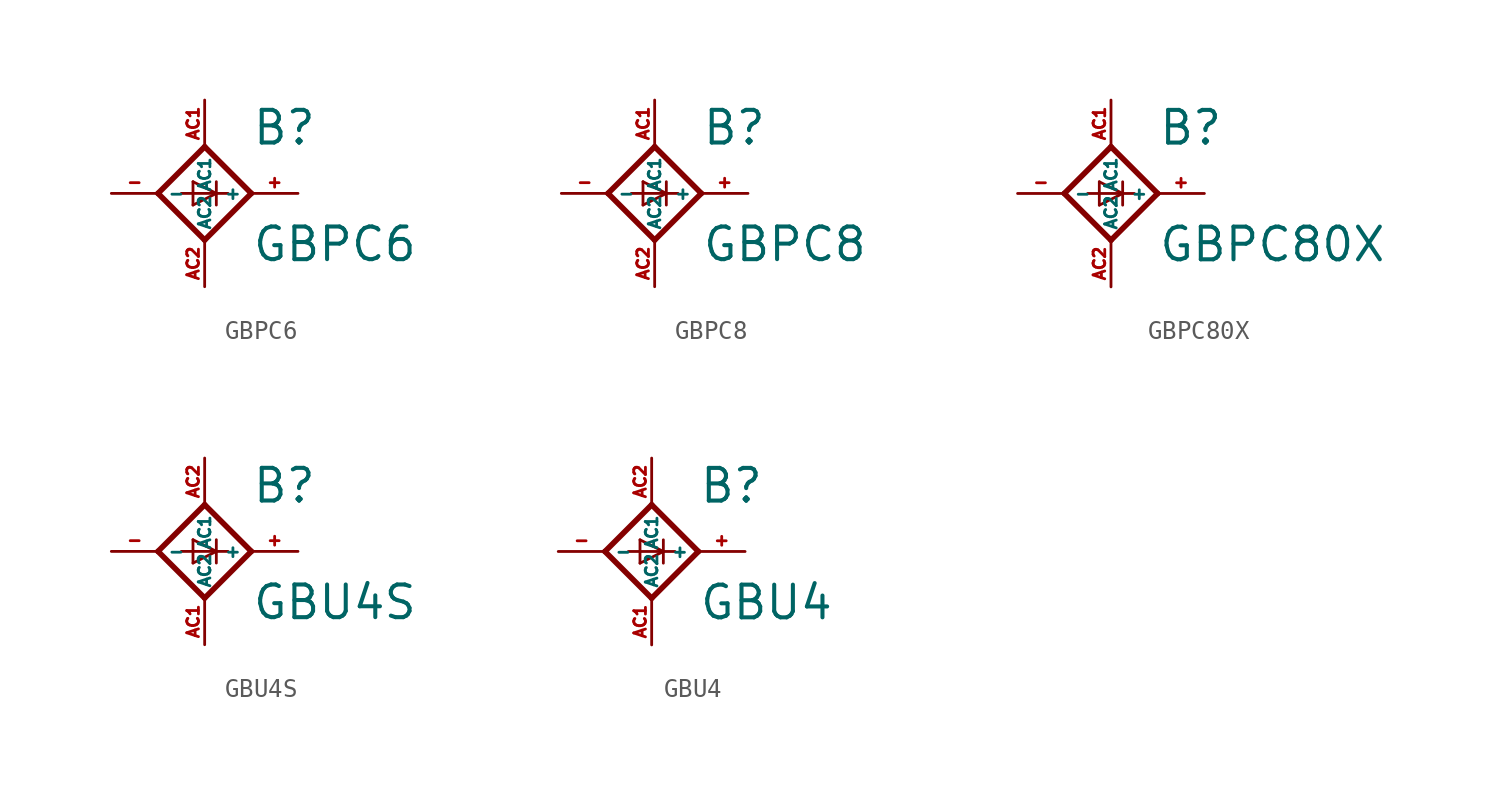
<source format=kicad_sym>
(kicad_symbol_lib
  (version 20220914)
  (generator Eagle2Kicad)
  (symbol "GBPC6"
    (property "Reference" "B"
      (at 2.54 2.54 0)
      (effects (font (size 1.778 1.778) (thickness 0.22)) (justify left bottom)))
    (property "Value" "GBPC6"
      (at 2.54 -3.81 0)
      (effects (font (size 1.778 1.778) (thickness 0.22)) (justify left bottom)))
    (polyline
      (pts (xy 0 -2.54) (xy 2.54 0))
      (stroke (width 0.305) (type default))
      (fill (type none)))
    (polyline
      (pts (xy 0 2.54) (xy -2.54 0))
      (stroke (width 0.305) (type default))
      (fill (type none)))
    (polyline
      (pts (xy -2.54 0) (xy 0 -2.54))
      (stroke (width 0.305) (type default))
      (fill (type none)))
    (polyline
      (pts (xy 2.54 0) (xy 0 2.54))
      (stroke (width 0.305) (type default))
      (fill (type none)))
    (polyline
      (pts (xy -1.27 0) (xy 0.635 0))
      (stroke (width 0.152) (type default))
      (fill (type none)))
    (polyline
      (pts (xy -0.635 0.635) (xy -0.635 -0.635))
      (stroke (width 0.152) (type default))
      (fill (type none)))
    (polyline
      (pts (xy -0.635 0.635) (xy 0.635 0))
      (stroke (width 0.152) (type default))
      (fill (type none)))
    (polyline
      (pts (xy 0.635 0) (xy 1.27 0))
      (stroke (width 0.152) (type default))
      (fill (type none)))
    (polyline
      (pts (xy 0.635 0) (xy -0.635 -0.635))
      (stroke (width 0.152) (type default))
      (fill (type none)))
    (polyline
      (pts (xy 0.635 0.635) (xy 0.635 -0.635))
      (stroke (width 0.152) (type default))
      (fill (type none)))
    (pin passive line
      (at 0 5.08 270)
      (length 2.54)
      (name "AC1" (effects (font (size 0.635 0.635) (thickness 0.08)) (justify left bottom)))
      (number "AC1" (effects (font (size 0.635 0.635) (thickness 0.08)) (justify left bottom))))
    (pin passive line
      (at 0 -5.08 90)
      (length 2.54)
      (name "AC2" (effects (font (size 0.635 0.635) (thickness 0.08)) (justify left bottom)))
      (number "AC2" (effects (font (size 0.635 0.635) (thickness 0.08)) (justify left bottom))))
    (pin passive line
      (at -5.08 0 0)
      (length 2.54)
      (name "-" (effects (font (size 0.635 0.635) (thickness 0.08)) (justify left bottom)))
      (number "-" (effects (font (size 0.635 0.635) (thickness 0.08)) (justify left bottom))))
    (pin passive line
      (at 5.08 0 180)
      (length 2.54)
      (name "+" (effects (font (size 0.635 0.635) (thickness 0.08)) (justify left bottom)))
      (number "+" (effects (font (size 0.635 0.635) (thickness 0.08)) (justify left bottom)))))
  (symbol "GBPC8"
    (property "Reference" "B"
      (at 2.54 2.54 0)
      (effects (font (size 1.778 1.778) (thickness 0.22)) (justify left bottom)))
    (property "Value" "GBPC8"
      (at 2.54 -3.81 0)
      (effects (font (size 1.778 1.778) (thickness 0.22)) (justify left bottom)))
    (polyline
      (pts (xy 0 -2.54) (xy 2.54 0))
      (stroke (width 0.305) (type default))
      (fill (type none)))
    (polyline
      (pts (xy 0 2.54) (xy -2.54 0))
      (stroke (width 0.305) (type default))
      (fill (type none)))
    (polyline
      (pts (xy -2.54 0) (xy 0 -2.54))
      (stroke (width 0.305) (type default))
      (fill (type none)))
    (polyline
      (pts (xy 2.54 0) (xy 0 2.54))
      (stroke (width 0.305) (type default))
      (fill (type none)))
    (polyline
      (pts (xy -1.27 0) (xy 0.635 0))
      (stroke (width 0.152) (type default))
      (fill (type none)))
    (polyline
      (pts (xy -0.635 0.635) (xy -0.635 -0.635))
      (stroke (width 0.152) (type default))
      (fill (type none)))
    (polyline
      (pts (xy -0.635 0.635) (xy 0.635 0))
      (stroke (width 0.152) (type default))
      (fill (type none)))
    (polyline
      (pts (xy 0.635 0) (xy 1.27 0))
      (stroke (width 0.152) (type default))
      (fill (type none)))
    (polyline
      (pts (xy 0.635 0) (xy -0.635 -0.635))
      (stroke (width 0.152) (type default))
      (fill (type none)))
    (polyline
      (pts (xy 0.635 0.635) (xy 0.635 -0.635))
      (stroke (width 0.152) (type default))
      (fill (type none)))
    (pin passive line
      (at 0 5.08 270)
      (length 2.54)
      (name "AC1" (effects (font (size 0.635 0.635) (thickness 0.08)) (justify left bottom)))
      (number "AC1" (effects (font (size 0.635 0.635) (thickness 0.08)) (justify left bottom))))
    (pin passive line
      (at 0 -5.08 90)
      (length 2.54)
      (name "AC2" (effects (font (size 0.635 0.635) (thickness 0.08)) (justify left bottom)))
      (number "AC2" (effects (font (size 0.635 0.635) (thickness 0.08)) (justify left bottom))))
    (pin passive line
      (at -5.08 0 0)
      (length 2.54)
      (name "-" (effects (font (size 0.635 0.635) (thickness 0.08)) (justify left bottom)))
      (number "-" (effects (font (size 0.635 0.635) (thickness 0.08)) (justify left bottom))))
    (pin passive line
      (at 5.08 0 180)
      (length 2.54)
      (name "+" (effects (font (size 0.635 0.635) (thickness 0.08)) (justify left bottom)))
      (number "+" (effects (font (size 0.635 0.635) (thickness 0.08)) (justify left bottom)))))
  (symbol "GBPC80X"
    (property "Reference" "B"
      (at 2.54 2.54 0)
      (effects (font (size 1.778 1.778) (thickness 0.22)) (justify left bottom)))
    (property "Value" "GBPC80X"
      (at 2.54 -3.81 0)
      (effects (font (size 1.778 1.778) (thickness 0.22)) (justify left bottom)))
    (polyline
      (pts (xy 0 -2.54) (xy 2.54 0))
      (stroke (width 0.305) (type default))
      (fill (type none)))
    (polyline
      (pts (xy 0 2.54) (xy -2.54 0))
      (stroke (width 0.305) (type default))
      (fill (type none)))
    (polyline
      (pts (xy -2.54 0) (xy 0 -2.54))
      (stroke (width 0.305) (type default))
      (fill (type none)))
    (polyline
      (pts (xy 2.54 0) (xy 0 2.54))
      (stroke (width 0.305) (type default))
      (fill (type none)))
    (polyline
      (pts (xy -1.27 0) (xy 0.635 0))
      (stroke (width 0.152) (type default))
      (fill (type none)))
    (polyline
      (pts (xy -0.635 0.635) (xy -0.635 -0.635))
      (stroke (width 0.152) (type default))
      (fill (type none)))
    (polyline
      (pts (xy -0.635 0.635) (xy 0.635 0))
      (stroke (width 0.152) (type default))
      (fill (type none)))
    (polyline
      (pts (xy 0.635 0) (xy 1.27 0))
      (stroke (width 0.152) (type default))
      (fill (type none)))
    (polyline
      (pts (xy 0.635 0) (xy -0.635 -0.635))
      (stroke (width 0.152) (type default))
      (fill (type none)))
    (polyline
      (pts (xy 0.635 0.635) (xy 0.635 -0.635))
      (stroke (width 0.152) (type default))
      (fill (type none)))
    (pin passive line
      (at 0 5.08 270)
      (length 2.54)
      (name "AC1" (effects (font (size 0.635 0.635) (thickness 0.08)) (justify left bottom)))
      (number "AC1" (effects (font (size 0.635 0.635) (thickness 0.08)) (justify left bottom))))
    (pin passive line
      (at 0 -5.08 90)
      (length 2.54)
      (name "AC2" (effects (font (size 0.635 0.635) (thickness 0.08)) (justify left bottom)))
      (number "AC2" (effects (font (size 0.635 0.635) (thickness 0.08)) (justify left bottom))))
    (pin passive line
      (at -5.08 0 0)
      (length 2.54)
      (name "-" (effects (font (size 0.635 0.635) (thickness 0.08)) (justify left bottom)))
      (number "-" (effects (font (size 0.635 0.635) (thickness 0.08)) (justify left bottom))))
    (pin passive line
      (at 5.08 0 180)
      (length 2.54)
      (name "+" (effects (font (size 0.635 0.635) (thickness 0.08)) (justify left bottom)))
      (number "+" (effects (font (size 0.635 0.635) (thickness 0.08)) (justify left bottom)))))
  (symbol "GBU4S"
    (property "Reference" "B"
      (at 2.54 2.54 0)
      (effects (font (size 1.778 1.778) (thickness 0.22)) (justify left bottom)))
    (property "Value" "GBU4S"
      (at 2.54 -3.81 0)
      (effects (font (size 1.778 1.778) (thickness 0.22)) (justify left bottom)))
    (polyline
      (pts (xy 0 -2.54) (xy 2.54 0))
      (stroke (width 0.305) (type default))
      (fill (type none)))
    (polyline
      (pts (xy 0 2.54) (xy -2.54 0))
      (stroke (width 0.305) (type default))
      (fill (type none)))
    (polyline
      (pts (xy -2.54 0) (xy 0 -2.54))
      (stroke (width 0.305) (type default))
      (fill (type none)))
    (polyline
      (pts (xy 2.54 0) (xy 0 2.54))
      (stroke (width 0.305) (type default))
      (fill (type none)))
    (polyline
      (pts (xy -1.27 0) (xy 0.635 0))
      (stroke (width 0.152) (type default))
      (fill (type none)))
    (polyline
      (pts (xy -0.635 0.635) (xy -0.635 -0.635))
      (stroke (width 0.152) (type default))
      (fill (type none)))
    (polyline
      (pts (xy -0.635 0.635) (xy 0.635 0))
      (stroke (width 0.152) (type default))
      (fill (type none)))
    (polyline
      (pts (xy 0.635 0) (xy 1.27 0))
      (stroke (width 0.152) (type default))
      (fill (type none)))
    (polyline
      (pts (xy 0.635 0) (xy -0.635 -0.635))
      (stroke (width 0.152) (type default))
      (fill (type none)))
    (polyline
      (pts (xy 0.635 0.635) (xy 0.635 -0.635))
      (stroke (width 0.152) (type default))
      (fill (type none)))
    (pin passive line
      (at 0 5.08 270)
      (length 2.54)
      (name "AC1" (effects (font (size 0.635 0.635) (thickness 0.08)) (justify left bottom)))
      (number "AC2" (effects (font (size 0.635 0.635) (thickness 0.08)) (justify left bottom))))
    (pin passive line
      (at 0 -5.08 90)
      (length 2.54)
      (name "AC2" (effects (font (size 0.635 0.635) (thickness 0.08)) (justify left bottom)))
      (number "AC1" (effects (font (size 0.635 0.635) (thickness 0.08)) (justify left bottom))))
    (pin passive line
      (at -5.08 0 0)
      (length 2.54)
      (name "-" (effects (font (size 0.635 0.635) (thickness 0.08)) (justify left bottom)))
      (number "-" (effects (font (size 0.635 0.635) (thickness 0.08)) (justify left bottom))))
    (pin passive line
      (at 5.08 0 180)
      (length 2.54)
      (name "+" (effects (font (size 0.635 0.635) (thickness 0.08)) (justify left bottom)))
      (number "+" (effects (font (size 0.635 0.635) (thickness 0.08)) (justify left bottom)))))
  (symbol "GBU4"
    (property "Reference" "B"
      (at 2.54 2.54 0)
      (effects (font (size 1.778 1.778) (thickness 0.22)) (justify left bottom)))
    (property "Value" "GBU4"
      (at 2.54 -3.81 0)
      (effects (font (size 1.778 1.778) (thickness 0.22)) (justify left bottom)))
    (polyline
      (pts (xy 0 -2.54) (xy 2.54 0))
      (stroke (width 0.305) (type default))
      (fill (type none)))
    (polyline
      (pts (xy 0 2.54) (xy -2.54 0))
      (stroke (width 0.305) (type default))
      (fill (type none)))
    (polyline
      (pts (xy -2.54 0) (xy 0 -2.54))
      (stroke (width 0.305) (type default))
      (fill (type none)))
    (polyline
      (pts (xy 2.54 0) (xy 0 2.54))
      (stroke (width 0.305) (type default))
      (fill (type none)))
    (polyline
      (pts (xy -1.27 0) (xy 0.635 0))
      (stroke (width 0.152) (type default))
      (fill (type none)))
    (polyline
      (pts (xy -0.635 0.635) (xy -0.635 -0.635))
      (stroke (width 0.152) (type default))
      (fill (type none)))
    (polyline
      (pts (xy -0.635 0.635) (xy 0.635 0))
      (stroke (width 0.152) (type default))
      (fill (type none)))
    (polyline
      (pts (xy 0.635 0) (xy 1.27 0))
      (stroke (width 0.152) (type default))
      (fill (type none)))
    (polyline
      (pts (xy 0.635 0) (xy -0.635 -0.635))
      (stroke (width 0.152) (type default))
      (fill (type none)))
    (polyline
      (pts (xy 0.635 0.635) (xy 0.635 -0.635))
      (stroke (width 0.152) (type default))
      (fill (type none)))
    (pin passive line
      (at 0 5.08 270)
      (length 2.54)
      (name "AC1" (effects (font (size 0.635 0.635) (thickness 0.08)) (justify left bottom)))
      (number "AC2" (effects (font (size 0.635 0.635) (thickness 0.08)) (justify left bottom))))
    (pin passive line
      (at 0 -5.08 90)
      (length 2.54)
      (name "AC2" (effects (font (size 0.635 0.635) (thickness 0.08)) (justify left bottom)))
      (number "AC1" (effects (font (size 0.635 0.635) (thickness 0.08)) (justify left bottom))))
    (pin passive line
      (at -5.08 0 0)
      (length 2.54)
      (name "-" (effects (font (size 0.635 0.635) (thickness 0.08)) (justify left bottom)))
      (number "-" (effects (font (size 0.635 0.635) (thickness 0.08)) (justify left bottom))))
    (pin passive line
      (at 5.08 0 180)
      (length 2.54)
      (name "+" (effects (font (size 0.635 0.635) (thickness 0.08)) (justify left bottom)))
      (number "+" (effects (font (size 0.635 0.635) (thickness 0.08)) (justify left bottom))))))
</source>
